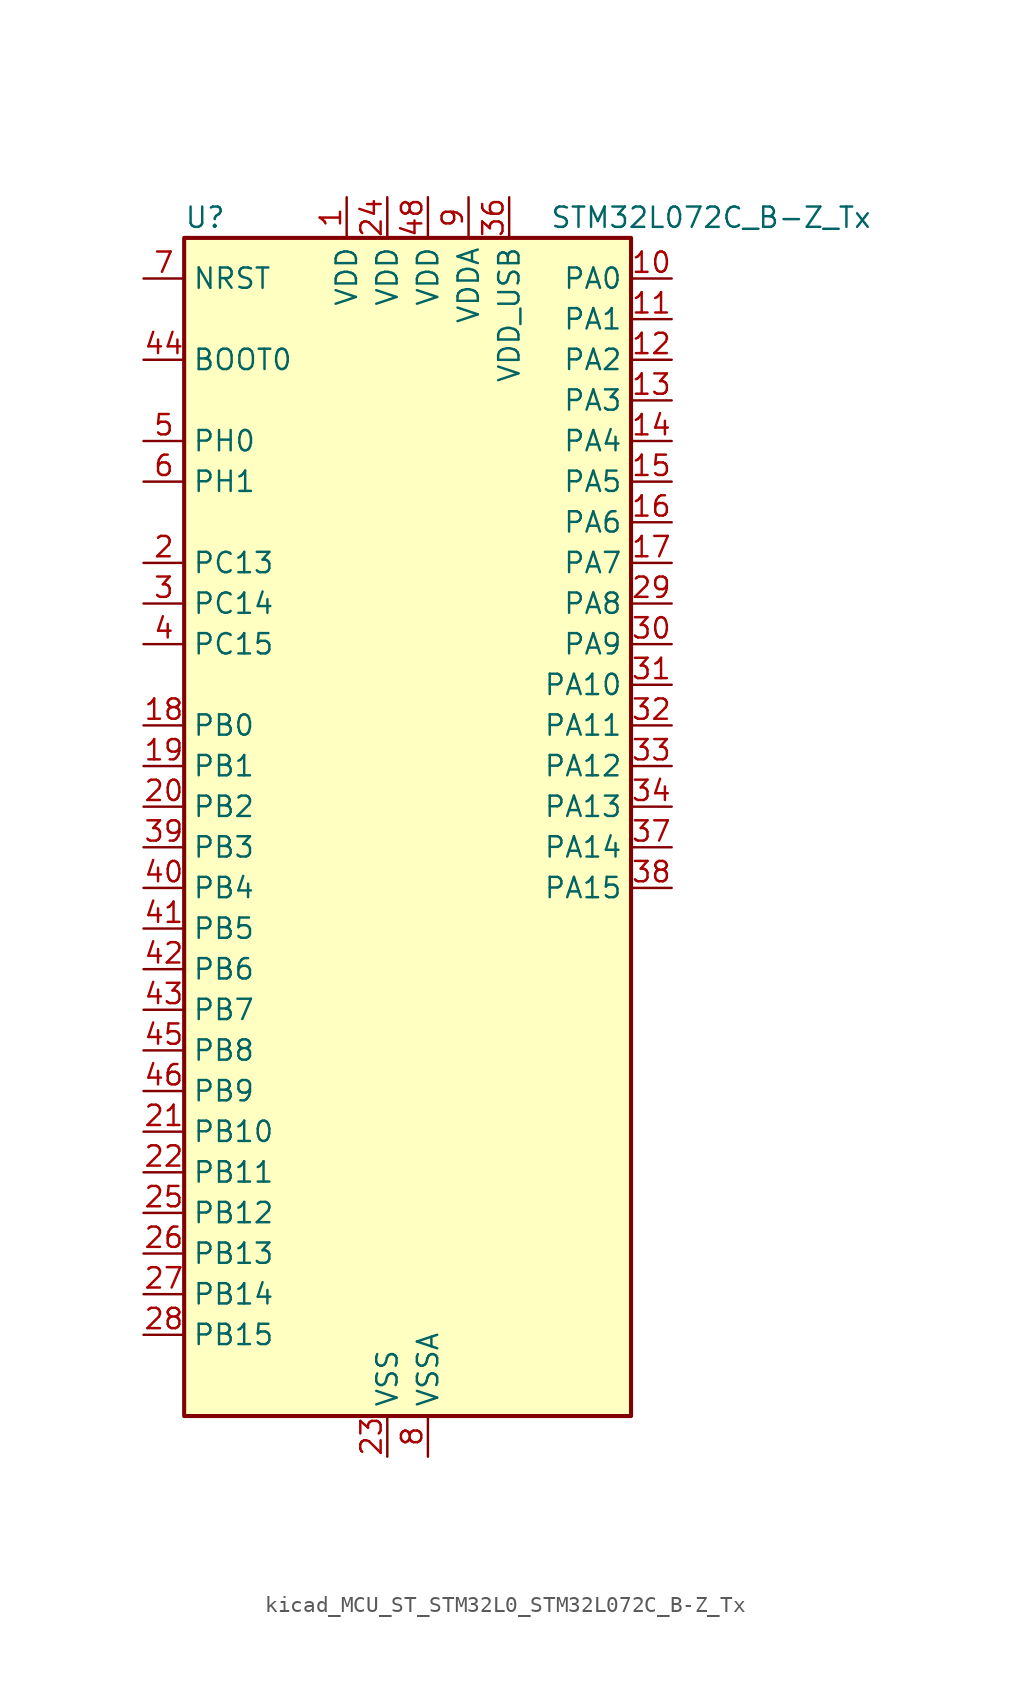
<source format=kicad_sym>
(kicad_symbol_lib
  (version 20220914)
  (generator kicad_symbol_editor)
  (symbol "kicad_MCU_ST_STM32L0_STM32L072C_B-Z_Tx"
    (property "Reference" "U"
      (at -12.7 39.37 0)
      (effects (font (size 1.27 1.27)) (justify left)))
    (property "Value" "STM32L072C_B-Z_Tx"
      (at 10.16 39.37 0)
      (effects (font (size 1.27 1.27)) (justify left)))
    (property "ki_locked" ""
      (at 0 0 0)
      (effects (font (size 1.27 1.27))))
    (symbol "kicad_MCU_ST_STM32L0_STM32L072C_B-Z_Tx_0_1"
      (rectangle (start -12.7 -35.56) (end 15.24 38.1) (stroke (width 0.254) (type default)) (fill (type background))))
    (symbol "kicad_MCU_ST_STM32L0_STM32L072C_B-Z_Tx_1_1"
      (pin power_in line (at -2.54 40.64 270) (length 2.54) (name "VDD" (effects (font (size 1.27 1.27)))) (number "1" (effects (font (size 1.27 1.27)))))
      (pin bidirectional line (at 17.78 35.56 180) (length 2.54) (name "PA0" (effects (font (size 1.27 1.27)))) (number "10" (effects (font (size 1.27 1.27)))) (alternate "ADC_IN0" bidirectional line) (alternate "COMP1_INM" bidirectional line) (alternate "COMP1_OUT" bidirectional line) (alternate "RTC_TAMP2" bidirectional line) (alternate "SYS_WKUP1" bidirectional line) (alternate "TIM2_CH1" bidirectional line) (alternate "TIM2_ETR" bidirectional line) (alternate "TSC_G1_IO1" bidirectional line) (alternate "USART2_CTS" bidirectional line) (alternate "USART4_TX" bidirectional line))
      (pin bidirectional line (at 17.78 33.02 180) (length 2.54) (name "PA1" (effects (font (size 1.27 1.27)))) (number "11" (effects (font (size 1.27 1.27)))) (alternate "ADC_IN1" bidirectional line) (alternate "COMP1_INP" bidirectional line) (alternate "TIM21_ETR" bidirectional line) (alternate "TIM2_CH2" bidirectional line) (alternate "TSC_G1_IO2" bidirectional line) (alternate "USART2_DE" bidirectional line) (alternate "USART2_RTS" bidirectional line) (alternate "USART4_RX" bidirectional line))
      (pin bidirectional line (at 17.78 30.48 180) (length 2.54) (name "PA2" (effects (font (size 1.27 1.27)))) (number "12" (effects (font (size 1.27 1.27)))) (alternate "ADC_IN2" bidirectional line) (alternate "COMP2_INM" bidirectional line) (alternate "COMP2_OUT" bidirectional line) (alternate "LPUART1_TX" bidirectional line) (alternate "TIM21_CH1" bidirectional line) (alternate "TIM2_CH3" bidirectional line) (alternate "TSC_G1_IO3" bidirectional line) (alternate "USART2_TX" bidirectional line))
      (pin bidirectional line (at 17.78 27.94 180) (length 2.54) (name "PA3" (effects (font (size 1.27 1.27)))) (number "13" (effects (font (size 1.27 1.27)))) (alternate "ADC_IN3" bidirectional line) (alternate "COMP2_INP" bidirectional line) (alternate "LPUART1_RX" bidirectional line) (alternate "TIM21_CH2" bidirectional line) (alternate "TIM2_CH4" bidirectional line) (alternate "TSC_G1_IO4" bidirectional line) (alternate "USART2_RX" bidirectional line))
      (pin bidirectional line (at 17.78 25.4 180) (length 2.54) (name "PA4" (effects (font (size 1.27 1.27)))) (number "14" (effects (font (size 1.27 1.27)))) (alternate "ADC_IN4" bidirectional line) (alternate "COMP1_INM" bidirectional line) (alternate "COMP2_INM" bidirectional line) (alternate "DAC_OUT1" bidirectional line) (alternate "SPI1_NSS" bidirectional line) (alternate "TIM22_ETR" bidirectional line) (alternate "TSC_G2_IO1" bidirectional line) (alternate "USART2_CK" bidirectional line))
      (pin bidirectional line (at 17.78 22.86 180) (length 2.54) (name "PA5" (effects (font (size 1.27 1.27)))) (number "15" (effects (font (size 1.27 1.27)))) (alternate "ADC_IN5" bidirectional line) (alternate "COMP1_INM" bidirectional line) (alternate "COMP2_INM" bidirectional line) (alternate "DAC_OUT2" bidirectional line) (alternate "SPI1_SCK" bidirectional line) (alternate "TIM2_CH1" bidirectional line) (alternate "TIM2_ETR" bidirectional line) (alternate "TSC_G2_IO2" bidirectional line))
      (pin bidirectional line (at 17.78 20.32 180) (length 2.54) (name "PA6" (effects (font (size 1.27 1.27)))) (number "16" (effects (font (size 1.27 1.27)))) (alternate "ADC_IN6" bidirectional line) (alternate "COMP1_OUT" bidirectional line) (alternate "LPUART1_CTS" bidirectional line) (alternate "SPI1_MISO" bidirectional line) (alternate "TIM22_CH1" bidirectional line) (alternate "TIM3_CH1" bidirectional line) (alternate "TSC_G2_IO3" bidirectional line))
      (pin bidirectional line (at 17.78 17.78 180) (length 2.54) (name "PA7" (effects (font (size 1.27 1.27)))) (number "17" (effects (font (size 1.27 1.27)))) (alternate "ADC_IN7" bidirectional line) (alternate "COMP2_OUT" bidirectional line) (alternate "SPI1_MOSI" bidirectional line) (alternate "TIM22_CH2" bidirectional line) (alternate "TIM3_CH2" bidirectional line) (alternate "TSC_G2_IO4" bidirectional line))
      (pin bidirectional line (at -15.24 7.62 0) (length 2.54) (name "PB0" (effects (font (size 1.27 1.27)))) (number "18" (effects (font (size 1.27 1.27)))) (alternate "ADC_IN8" bidirectional line) (alternate "SYS_VREF_OUT_PB0" bidirectional line) (alternate "TIM3_CH3" bidirectional line) (alternate "TSC_G3_IO2" bidirectional line))
      (pin bidirectional line (at -15.24 5.08 0) (length 2.54) (name "PB1" (effects (font (size 1.27 1.27)))) (number "19" (effects (font (size 1.27 1.27)))) (alternate "ADC_IN9" bidirectional line) (alternate "LPUART1_DE" bidirectional line) (alternate "LPUART1_RTS" bidirectional line) (alternate "SYS_VREF_OUT_PB1" bidirectional line) (alternate "TIM3_CH4" bidirectional line) (alternate "TSC_G3_IO3" bidirectional line))
      (pin bidirectional line (at -15.24 17.78 0) (length 2.54) (name "PC13" (effects (font (size 1.27 1.27)))) (number "2" (effects (font (size 1.27 1.27)))) (alternate "RTC_OUT_ALARM" bidirectional line) (alternate "RTC_OUT_CALIB" bidirectional line) (alternate "RTC_TAMP1" bidirectional line) (alternate "RTC_TS" bidirectional line) (alternate "SYS_WKUP2" bidirectional line))
      (pin bidirectional line (at -15.24 2.54 0) (length 2.54) (name "PB2" (effects (font (size 1.27 1.27)))) (number "20" (effects (font (size 1.27 1.27)))) (alternate "I2C3_SMBA" bidirectional line) (alternate "LPTIM1_OUT" bidirectional line) (alternate "TSC_G3_IO4" bidirectional line))
      (pin bidirectional line (at -15.24 -17.78 0) (length 2.54) (name "PB10" (effects (font (size 1.27 1.27)))) (number "21" (effects (font (size 1.27 1.27)))) (alternate "I2C2_SCL" bidirectional line) (alternate "LPUART1_RX" bidirectional line) (alternate "LPUART1_TX" bidirectional line) (alternate "SPI2_SCK" bidirectional line) (alternate "TIM2_CH3" bidirectional line) (alternate "TSC_SYNC" bidirectional line))
      (pin bidirectional line (at -15.24 -20.32 0) (length 2.54) (name "PB11" (effects (font (size 1.27 1.27)))) (number "22" (effects (font (size 1.27 1.27)))) (alternate "ADC_EXTI11" bidirectional line) (alternate "I2C2_SDA" bidirectional line) (alternate "LPUART1_RX" bidirectional line) (alternate "LPUART1_TX" bidirectional line) (alternate "TIM2_CH4" bidirectional line) (alternate "TSC_G6_IO1" bidirectional line))
      (pin power_in line (at 0 -38.1 90) (length 2.54) (name "VSS" (effects (font (size 1.27 1.27)))) (number "23" (effects (font (size 1.27 1.27)))))
      (pin power_in line (at 0 40.64 270) (length 2.54) (name "VDD" (effects (font (size 1.27 1.27)))) (number "24" (effects (font (size 1.27 1.27)))))
      (pin bidirectional line (at -15.24 -22.86 0) (length 2.54) (name "PB12" (effects (font (size 1.27 1.27)))) (number "25" (effects (font (size 1.27 1.27)))) (alternate "I2S2_WS" bidirectional line) (alternate "LPUART1_DE" bidirectional line) (alternate "LPUART1_RTS" bidirectional line) (alternate "SPI2_NSS" bidirectional line) (alternate "TSC_G6_IO2" bidirectional line))
      (pin bidirectional line (at -15.24 -25.4 0) (length 2.54) (name "PB13" (effects (font (size 1.27 1.27)))) (number "26" (effects (font (size 1.27 1.27)))) (alternate "I2C2_SCL" bidirectional line) (alternate "I2S2_CK" bidirectional line) (alternate "LPUART1_CTS" bidirectional line) (alternate "RCC_MCO" bidirectional line) (alternate "SPI2_SCK" bidirectional line) (alternate "TIM21_CH1" bidirectional line) (alternate "TSC_G6_IO3" bidirectional line))
      (pin bidirectional line (at -15.24 -27.94 0) (length 2.54) (name "PB14" (effects (font (size 1.27 1.27)))) (number "27" (effects (font (size 1.27 1.27)))) (alternate "I2C2_SDA" bidirectional line) (alternate "I2S2_MCK" bidirectional line) (alternate "LPUART1_DE" bidirectional line) (alternate "LPUART1_RTS" bidirectional line) (alternate "RTC_OUT_ALARM" bidirectional line) (alternate "RTC_OUT_CALIB" bidirectional line) (alternate "SPI2_MISO" bidirectional line) (alternate "TIM21_CH2" bidirectional line) (alternate "TSC_G6_IO4" bidirectional line))
      (pin bidirectional line (at -15.24 -30.48 0) (length 2.54) (name "PB15" (effects (font (size 1.27 1.27)))) (number "28" (effects (font (size 1.27 1.27)))) (alternate "I2S2_SD" bidirectional line) (alternate "RTC_REFIN" bidirectional line) (alternate "SPI2_MOSI" bidirectional line))
      (pin bidirectional line (at 17.78 15.24 180) (length 2.54) (name "PA8" (effects (font (size 1.27 1.27)))) (number "29" (effects (font (size 1.27 1.27)))) (alternate "CRS_SYNC" bidirectional line) (alternate "I2C3_SCL" bidirectional line) (alternate "RCC_MCO" bidirectional line) (alternate "USART1_CK" bidirectional line))
      (pin bidirectional line (at -15.24 15.24 0) (length 2.54) (name "PC14" (effects (font (size 1.27 1.27)))) (number "3" (effects (font (size 1.27 1.27)))) (alternate "RCC_OSC32_IN" bidirectional line))
      (pin bidirectional line (at 17.78 12.7 180) (length 2.54) (name "PA9" (effects (font (size 1.27 1.27)))) (number "30" (effects (font (size 1.27 1.27)))) (alternate "DAC_EXTI9" bidirectional line) (alternate "I2C1_SCL" bidirectional line) (alternate "I2C3_SMBA" bidirectional line) (alternate "RCC_MCO" bidirectional line) (alternate "TSC_G4_IO1" bidirectional line) (alternate "USART1_TX" bidirectional line))
      (pin bidirectional line (at 17.78 10.16 180) (length 2.54) (name "PA10" (effects (font (size 1.27 1.27)))) (number "31" (effects (font (size 1.27 1.27)))) (alternate "I2C1_SDA" bidirectional line) (alternate "TSC_G4_IO2" bidirectional line) (alternate "USART1_RX" bidirectional line))
      (pin bidirectional line (at 17.78 7.62 180) (length 2.54) (name "PA11" (effects (font (size 1.27 1.27)))) (number "32" (effects (font (size 1.27 1.27)))) (alternate "ADC_EXTI11" bidirectional line) (alternate "COMP1_OUT" bidirectional line) (alternate "SPI1_MISO" bidirectional line) (alternate "TSC_G4_IO3" bidirectional line) (alternate "USART1_CTS" bidirectional line) (alternate "USB_DM" bidirectional line))
      (pin bidirectional line (at 17.78 5.08 180) (length 2.54) (name "PA12" (effects (font (size 1.27 1.27)))) (number "33" (effects (font (size 1.27 1.27)))) (alternate "COMP2_OUT" bidirectional line) (alternate "SPI1_MOSI" bidirectional line) (alternate "TSC_G4_IO4" bidirectional line) (alternate "USART1_DE" bidirectional line) (alternate "USART1_RTS" bidirectional line) (alternate "USB_DP" bidirectional line))
      (pin bidirectional line (at 17.78 2.54 180) (length 2.54) (name "PA13" (effects (font (size 1.27 1.27)))) (number "34" (effects (font (size 1.27 1.27)))) (alternate "LPUART1_RX" bidirectional line) (alternate "SYS_SWDIO" bidirectional line) (alternate "USB_NOE" bidirectional line))
      (pin passive line (at 0 -38.1 90) (length 2.54) hide (name "VSS" (effects (font (size 1.27 1.27)))) (number "35" (effects (font (size 1.27 1.27)))))
      (pin power_in line (at 7.62 40.64 270) (length 2.54) (name "VDD_USB" (effects (font (size 1.27 1.27)))) (number "36" (effects (font (size 1.27 1.27)))))
      (pin bidirectional line (at 17.78 0 180) (length 2.54) (name "PA14" (effects (font (size 1.27 1.27)))) (number "37" (effects (font (size 1.27 1.27)))) (alternate "LPUART1_TX" bidirectional line) (alternate "SYS_SWCLK" bidirectional line) (alternate "USART2_TX" bidirectional line))
      (pin bidirectional line (at 17.78 -2.54 180) (length 2.54) (name "PA15" (effects (font (size 1.27 1.27)))) (number "38" (effects (font (size 1.27 1.27)))) (alternate "SPI1_NSS" bidirectional line) (alternate "TIM2_CH1" bidirectional line) (alternate "TIM2_ETR" bidirectional line) (alternate "USART2_RX" bidirectional line) (alternate "USART4_DE" bidirectional line) (alternate "USART4_RTS" bidirectional line))
      (pin bidirectional line (at -15.24 0 0) (length 2.54) (name "PB3" (effects (font (size 1.27 1.27)))) (number "39" (effects (font (size 1.27 1.27)))) (alternate "COMP2_INM" bidirectional line) (alternate "SPI1_SCK" bidirectional line) (alternate "TIM2_CH2" bidirectional line) (alternate "TSC_G5_IO1" bidirectional line) (alternate "USART1_DE" bidirectional line) (alternate "USART1_RTS" bidirectional line) (alternate "USART5_TX" bidirectional line))
      (pin bidirectional line (at -15.24 12.7 0) (length 2.54) (name "PC15" (effects (font (size 1.27 1.27)))) (number "4" (effects (font (size 1.27 1.27)))) (alternate "RCC_OSC32_OUT" bidirectional line))
      (pin bidirectional line (at -15.24 -2.54 0) (length 2.54) (name "PB4" (effects (font (size 1.27 1.27)))) (number "40" (effects (font (size 1.27 1.27)))) (alternate "COMP2_INP" bidirectional line) (alternate "I2C3_SDA" bidirectional line) (alternate "SPI1_MISO" bidirectional line) (alternate "TIM22_CH1" bidirectional line) (alternate "TIM3_CH1" bidirectional line) (alternate "TSC_G5_IO2" bidirectional line) (alternate "USART1_CTS" bidirectional line) (alternate "USART5_RX" bidirectional line))
      (pin bidirectional line (at -15.24 -5.08 0) (length 2.54) (name "PB5" (effects (font (size 1.27 1.27)))) (number "41" (effects (font (size 1.27 1.27)))) (alternate "COMP2_INP" bidirectional line) (alternate "I2C1_SMBA" bidirectional line) (alternate "LPTIM1_IN1" bidirectional line) (alternate "SPI1_MOSI" bidirectional line) (alternate "TIM22_CH2" bidirectional line) (alternate "TIM3_CH2" bidirectional line) (alternate "USART1_CK" bidirectional line) (alternate "USART5_CK" bidirectional line) (alternate "USART5_DE" bidirectional line) (alternate "USART5_RTS" bidirectional line))
      (pin bidirectional line (at -15.24 -7.62 0) (length 2.54) (name "PB6" (effects (font (size 1.27 1.27)))) (number "42" (effects (font (size 1.27 1.27)))) (alternate "COMP2_INP" bidirectional line) (alternate "I2C1_SCL" bidirectional line) (alternate "LPTIM1_ETR" bidirectional line) (alternate "TSC_G5_IO3" bidirectional line) (alternate "USART1_TX" bidirectional line))
      (pin bidirectional line (at -15.24 -10.16 0) (length 2.54) (name "PB7" (effects (font (size 1.27 1.27)))) (number "43" (effects (font (size 1.27 1.27)))) (alternate "COMP2_INP" bidirectional line) (alternate "I2C1_SDA" bidirectional line) (alternate "LPTIM1_IN2" bidirectional line) (alternate "SYS_PVD_IN" bidirectional line) (alternate "TSC_G5_IO4" bidirectional line) (alternate "USART1_RX" bidirectional line) (alternate "USART4_CTS" bidirectional line))
      (pin input line (at -15.24 30.48 0) (length 2.54) (name "BOOT0" (effects (font (size 1.27 1.27)))) (number "44" (effects (font (size 1.27 1.27)))))
      (pin bidirectional line (at -15.24 -12.7 0) (length 2.54) (name "PB8" (effects (font (size 1.27 1.27)))) (number "45" (effects (font (size 1.27 1.27)))) (alternate "I2C1_SCL" bidirectional line) (alternate "TSC_SYNC" bidirectional line))
      (pin bidirectional line (at -15.24 -15.24 0) (length 2.54) (name "PB9" (effects (font (size 1.27 1.27)))) (number "46" (effects (font (size 1.27 1.27)))) (alternate "DAC_EXTI9" bidirectional line) (alternate "I2C1_SDA" bidirectional line) (alternate "I2S2_WS" bidirectional line) (alternate "SPI2_NSS" bidirectional line))
      (pin passive line (at 0 -38.1 90) (length 2.54) hide (name "VSS" (effects (font (size 1.27 1.27)))) (number "47" (effects (font (size 1.27 1.27)))))
      (pin power_in line (at 2.54 40.64 270) (length 2.54) (name "VDD" (effects (font (size 1.27 1.27)))) (number "48" (effects (font (size 1.27 1.27)))))
      (pin bidirectional line (at -15.24 25.4 0) (length 2.54) (name "PH0" (effects (font (size 1.27 1.27)))) (number "5" (effects (font (size 1.27 1.27)))) (alternate "CRS_SYNC" bidirectional line) (alternate "RCC_OSC_IN" bidirectional line))
      (pin bidirectional line (at -15.24 22.86 0) (length 2.54) (name "PH1" (effects (font (size 1.27 1.27)))) (number "6" (effects (font (size 1.27 1.27)))) (alternate "RCC_OSC_OUT" bidirectional line))
      (pin input line (at -15.24 35.56 0) (length 2.54) (name "NRST" (effects (font (size 1.27 1.27)))) (number "7" (effects (font (size 1.27 1.27)))))
      (pin power_in line (at 2.54 -38.1 90) (length 2.54) (name "VSSA" (effects (font (size 1.27 1.27)))) (number "8" (effects (font (size 1.27 1.27)))))
      (pin power_in line (at 5.08 40.64 270) (length 2.54) (name "VDDA" (effects (font (size 1.27 1.27)))) (number "9" (effects (font (size 1.27 1.27))))))))
</source>
